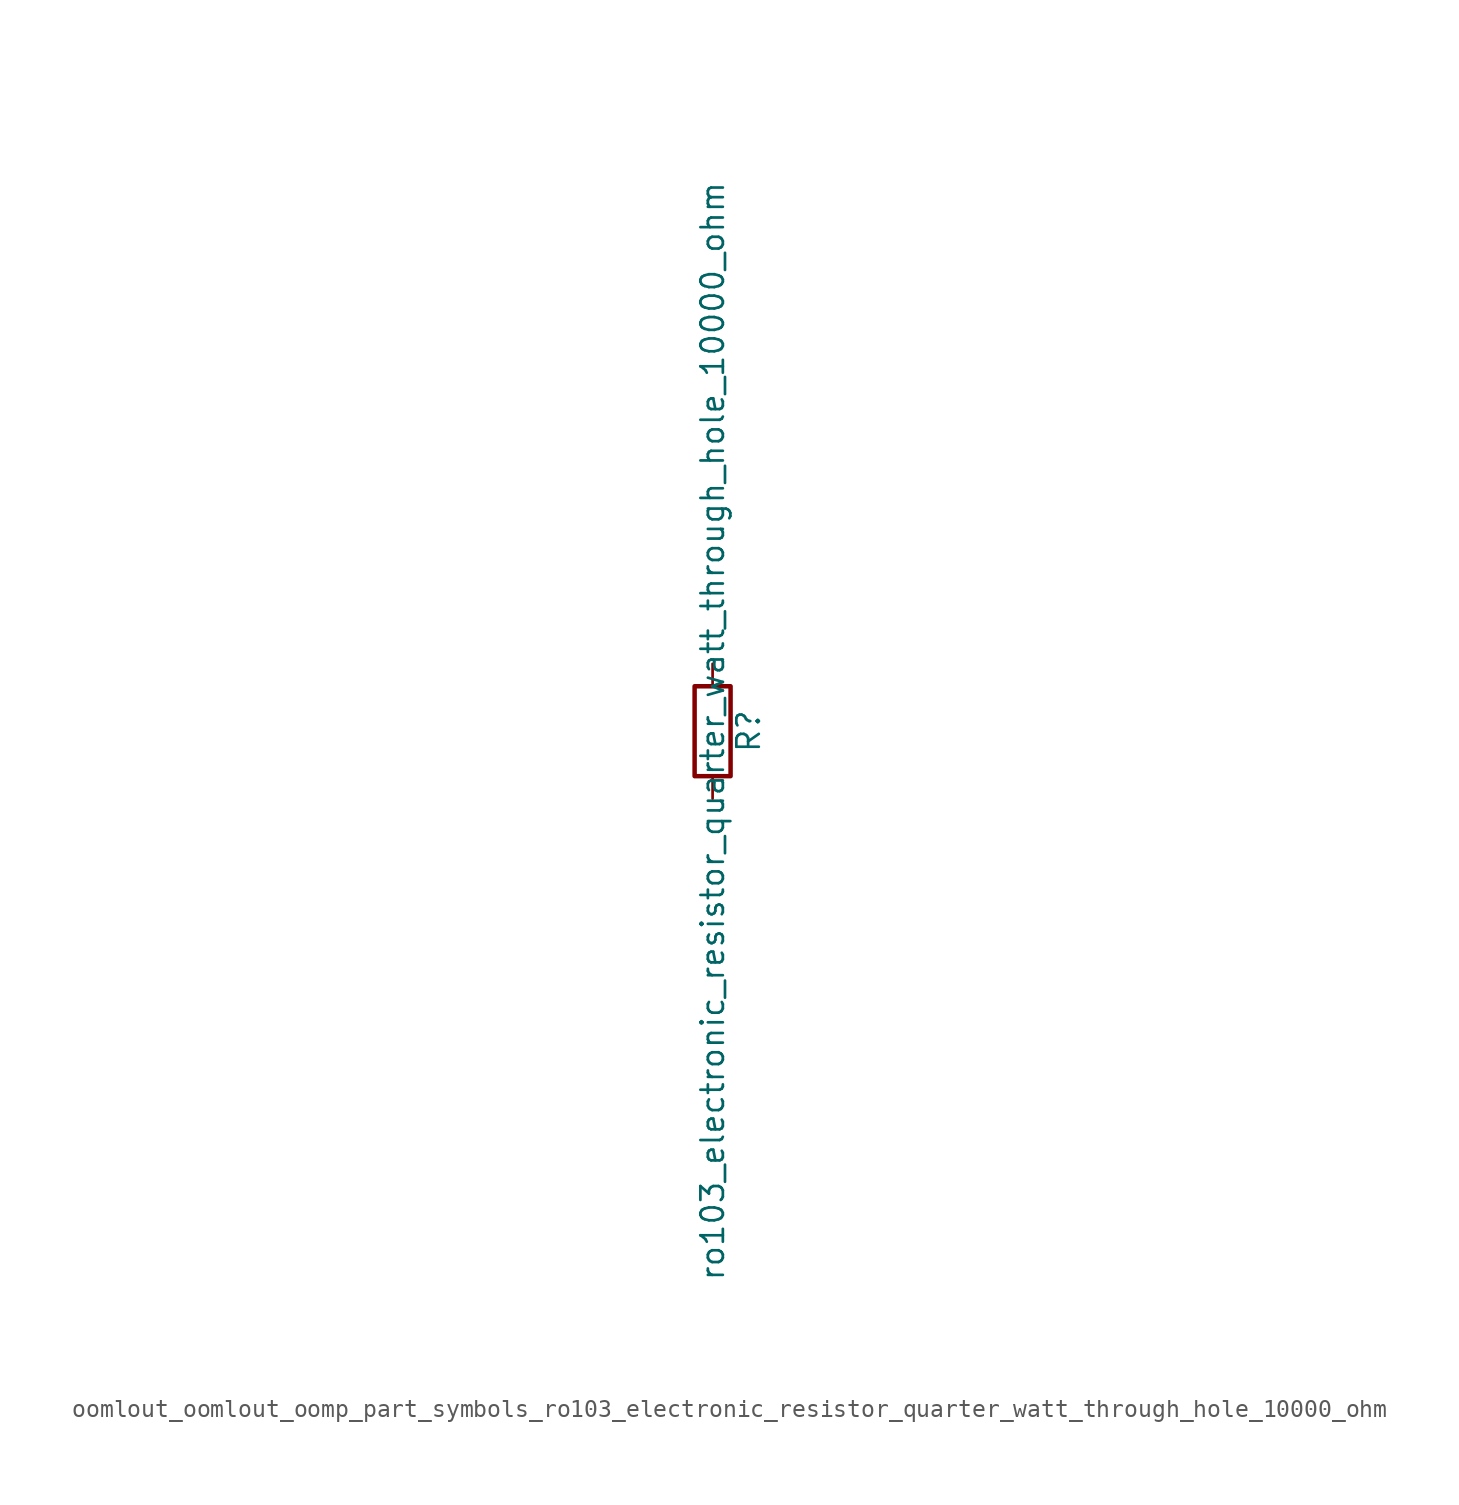
<source format=kicad_sym>
(kicad_symbol_lib
  (version 20220914)
  (generator kicad_symbol_editor)
  (symbol "oomlout_oomlout_oomp_part_symbols_ro103_electronic_resistor_quarter_watt_through_hole_10000_ohm"
    (pin_numbers hide)
    (pin_names
      (offset 0))
    (property "Reference" "R"
      (at 2.032 0 90)
      (effects (font (size 1.27 1.27))))
    (property "Value" "ro103_electronic_resistor_quarter_watt_through_hole_10000_ohm"
      (at 0 0 90)
      (effects (font (size 1.27 1.27))))
    (symbol "oomlout_oomlout_oomp_part_symbols_ro103_electronic_resistor_quarter_watt_through_hole_10000_ohm_0_1"
      (rectangle (start -1.016 -2.54) (end 1.016 2.54) (stroke (width 0.254) (type default)) (fill (type none))))
    (symbol "oomlout_oomlout_oomp_part_symbols_ro103_electronic_resistor_quarter_watt_through_hole_10000_ohm_1_1"
      (pin passive line (at 0 3.81 270) (length 1.27) (name "~" (effects (font (size 1.27 1.27)))) (number "1" (effects (font (size 1.27 1.27)))))
      (pin passive line (at 0 -3.81 90) (length 1.27) (name "~" (effects (font (size 1.27 1.27)))) (number "2" (effects (font (size 1.27 1.27))))))))
</source>
